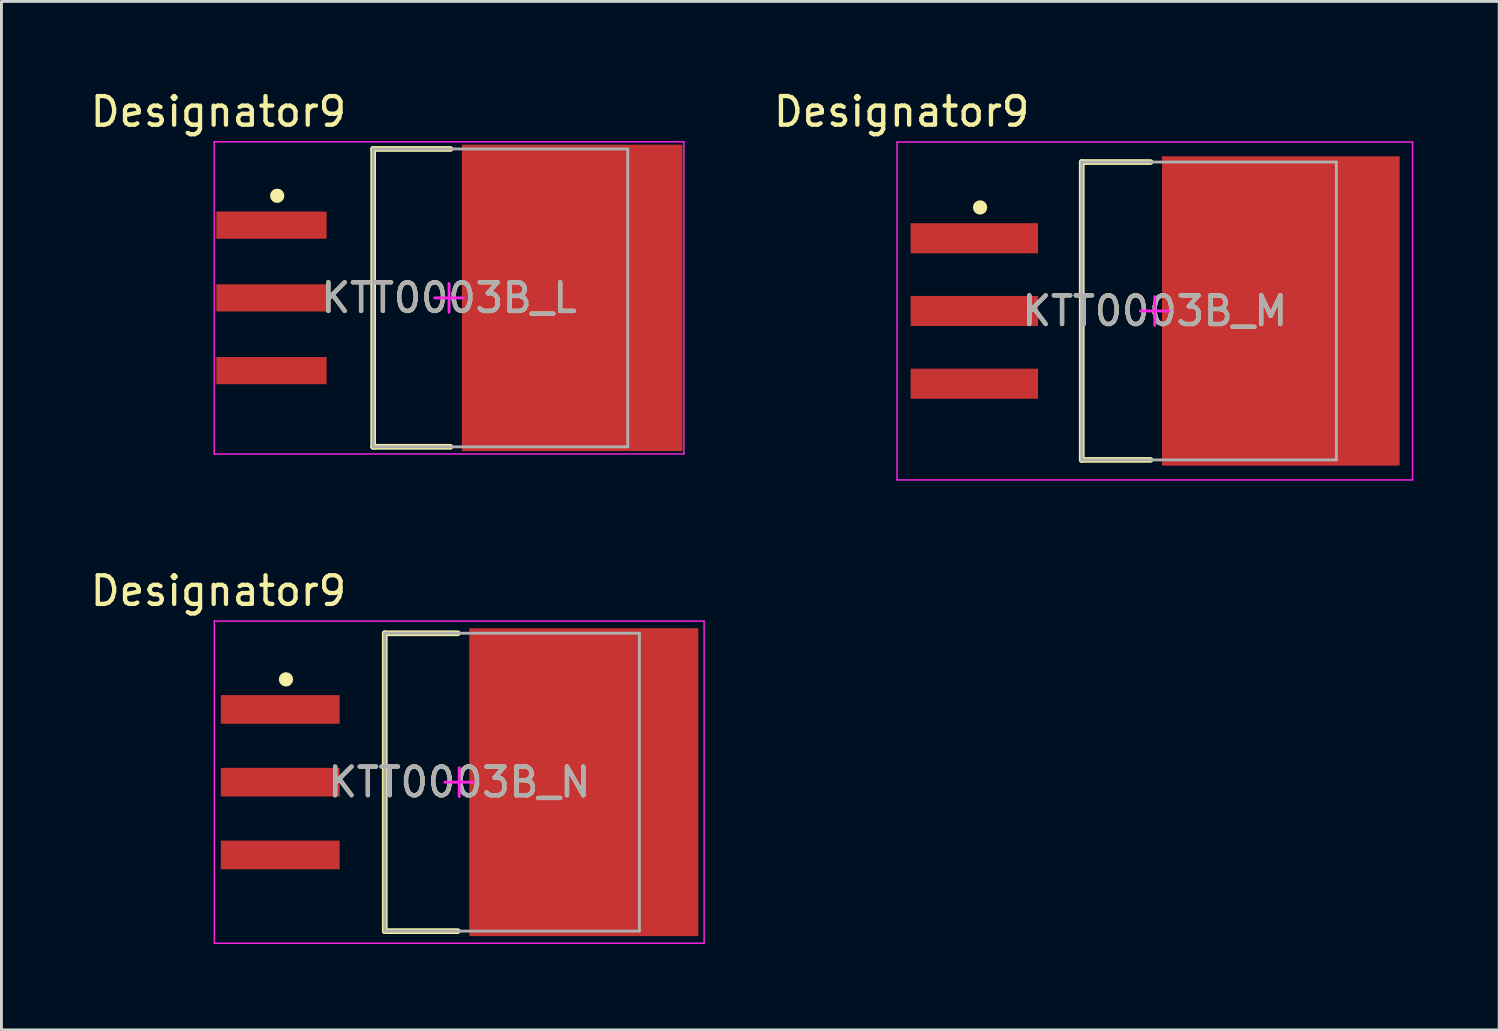
<source format=kicad_pcb>
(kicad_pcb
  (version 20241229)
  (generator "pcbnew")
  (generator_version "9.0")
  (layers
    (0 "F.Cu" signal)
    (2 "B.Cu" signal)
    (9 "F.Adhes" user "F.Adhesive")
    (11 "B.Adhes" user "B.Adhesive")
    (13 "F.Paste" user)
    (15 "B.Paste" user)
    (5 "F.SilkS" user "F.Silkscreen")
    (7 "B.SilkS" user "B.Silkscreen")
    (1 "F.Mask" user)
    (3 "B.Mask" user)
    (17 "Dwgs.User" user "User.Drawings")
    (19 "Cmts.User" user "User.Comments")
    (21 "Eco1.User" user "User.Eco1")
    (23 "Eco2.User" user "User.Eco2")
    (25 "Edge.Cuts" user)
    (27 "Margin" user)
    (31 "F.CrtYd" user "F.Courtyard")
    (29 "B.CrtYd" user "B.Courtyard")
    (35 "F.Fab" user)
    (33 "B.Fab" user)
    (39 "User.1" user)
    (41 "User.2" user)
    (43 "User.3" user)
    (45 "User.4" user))
  (footprint "KTT0003B_L"
    (layer "F.Cu")
    (at 12.629 7.351)
    (property "Reference" "KTT0003B_L" (at 0 0 0) (unlocked yes) (layer "F.SilkS") (effects (font (size 1 1) (thickness 0.15))))
    (attr smd)
    (fp_line (start -2.65 -5.2) (end 0.05 -5.2) (stroke (width 0.2) (type solid)) (layer "F.SilkS"))
    (fp_line (start -2.65 5.2) (end -2.65 -5.2) (stroke (width 0.2) (type solid)) (layer "F.SilkS"))
    (fp_line (start -2.65 5.2) (end 0.05 5.2) (stroke (width 0.2) (type solid)) (layer "F.SilkS"))
    (fp_circle (center -6 -3.565) (end -5.875 -3.565) (stroke (width 0.25) (type solid)) (fill no) (layer "F.SilkS"))
    (fp_line (start -8.2 -5.45) (end 8.2 -5.45) (stroke (width 0.05) (type solid)) (layer "F.CrtYd"))
    (fp_line (start -8.2 5.45) (end -8.2 -5.45) (stroke (width 0.05) (type solid)) (layer "F.CrtYd"))
    (fp_line (start -8.2 5.45) (end 8.2 5.45) (stroke (width 0.05) (type solid)) (layer "F.CrtYd"))
    (fp_line (start -0.5 0) (end 0.5 0) (stroke (width 0.1) (type solid)) (layer "F.CrtYd"))
    (fp_line (start 0 0.5) (end 0 -0.5) (stroke (width 0.1) (type solid)) (layer "F.CrtYd"))
    (fp_line (start 8.2 5.45) (end 8.2 -5.45) (stroke (width 0.05) (type solid)) (layer "F.CrtYd"))
    (fp_line (start -2.65 -5.2) (end 6.24 -5.2) (stroke (width 0.1) (type solid)) (layer "F.Fab"))
    (fp_line (start -2.65 5.2) (end -2.65 -5.2) (stroke (width 0.1) (type solid)) (layer "F.Fab"))
    (fp_line (start -2.65 5.2) (end 6.24 5.2) (stroke (width 0.1) (type solid)) (layer "F.Fab"))
    (fp_line (start 6.24 5.2) (end 6.24 -5.2) (stroke (width 0.1) (type solid)) (layer "F.Fab"))
    (fp_text user "Designator9" (at -8.052 -6.502 0) (unlocked yes) (layer "F.SilkS") (effects (font (size 1 1) (thickness 0.15))))
    (fp_text user "${REFERENCE}" (at 0 0 0) (unlocked yes) (layer "F.Fab") (effects (font (size 1 1) (thickness 0.15))))
    (pad "1" smd rect (at -6.2 -2.54 90) (size 0.95 3.85) (layers "F.Cu" "F.Mask" "F.Paste"))
    (pad "2" smd rect (at -6.2 0 90) (size 0.95 3.85) (layers "F.Cu" "F.Mask" "F.Paste"))
    (pad "3" smd rect (at -6.2 2.54 90) (size 0.95 3.85) (layers "F.Cu" "F.Mask" "F.Paste"))
    (pad "4" smd rect (at 4.3 0 90) (size 10.7 7.7) (layers "F.Cu" "F.Mask" "F.Paste")))
  (footprint "KTT0003B_N"
    (layer "F.Cu")
    (at 12.985 24.261)
    (property "Reference" "KTT0003B_N" (at 0 0 0) (unlocked yes) (layer "F.SilkS") (effects (font (size 1 1) (thickness 0.15))))
    (attr smd)
    (fp_line (start -2.6 -5.2) (end -0.05 -5.2) (stroke (width 0.2) (type solid)) (layer "F.SilkS"))
    (fp_line (start -2.6 5.2) (end -2.6 -5.2) (stroke (width 0.2) (type solid)) (layer "F.SilkS"))
    (fp_line (start -2.6 5.2) (end -0.05 5.2) (stroke (width 0.2) (type solid)) (layer "F.SilkS"))
    (fp_circle (center -6.05 -3.59) (end -5.925 -3.59) (stroke (width 0.25) (type solid)) (fill no) (layer "F.SilkS"))
    (fp_line (start -8.55 -5.625) (end 8.55 -5.625) (stroke (width 0.05) (type solid)) (layer "F.CrtYd"))
    (fp_line (start -8.55 5.625) (end -8.55 -5.625) (stroke (width 0.05) (type solid)) (layer "F.CrtYd"))
    (fp_line (start -8.55 5.625) (end 8.55 5.625) (stroke (width 0.05) (type solid)) (layer "F.CrtYd"))
    (fp_line (start -0.5 0) (end 0.5 0) (stroke (width 0.1) (type solid)) (layer "F.CrtYd"))
    (fp_line (start 0 0.5) (end 0 -0.5) (stroke (width 0.1) (type solid)) (layer "F.CrtYd"))
    (fp_line (start 8.55 5.625) (end 8.55 -5.625) (stroke (width 0.05) (type solid)) (layer "F.CrtYd"))
    (fp_line (start -2.6 -5.2) (end 6.29 -5.2) (stroke (width 0.1) (type solid)) (layer "F.Fab"))
    (fp_line (start -2.6 5.2) (end -2.6 -5.2) (stroke (width 0.1) (type solid)) (layer "F.Fab"))
    (fp_line (start -2.6 5.2) (end 6.29 5.2) (stroke (width 0.1) (type solid)) (layer "F.Fab"))
    (fp_line (start 6.29 5.2) (end 6.29 -5.2) (stroke (width 0.1) (type solid)) (layer "F.Fab"))
    (fp_text user "Designator9" (at -8.407 -6.68 0) (unlocked yes) (layer "F.SilkS") (effects (font (size 1 1) (thickness 0.15))))
    (fp_text user "${REFERENCE}" (at 0 0 0) (unlocked yes) (layer "F.Fab") (effects (font (size 1 1) (thickness 0.15))))
    (pad "1" smd rect (at -6.25 -2.54 90) (size 1 4.15) (layers "F.Cu" "F.Mask" "F.Paste"))
    (pad "2" smd rect (at -6.25 0 90) (size 1 4.15) (layers "F.Cu" "F.Mask" "F.Paste"))
    (pad "3" smd rect (at -6.25 2.54 90) (size 1 4.15) (layers "F.Cu" "F.Mask" "F.Paste"))
    (pad "4" smd rect (at 4.35 0 90) (size 10.75 8) (layers "F.Cu" "F.Mask" "F.Paste")))
  (footprint "KTT0003B_M"
    (layer "F.Cu")
    (at 37.271 7.808)
    (property "Reference" "KTT0003B_M" (at 0 0 0) (unlocked yes) (layer "F.SilkS") (effects (font (size 1 1) (thickness 0.15))))
    (attr smd)
    (fp_line (start -2.55 -5.2) (end -0.15 -5.2) (stroke (width 0.2) (type solid)) (layer "F.SilkS"))
    (fp_line (start -2.55 5.2) (end -2.55 -5.2) (stroke (width 0.2) (type solid)) (layer "F.SilkS"))
    (fp_line (start -2.55 5.2) (end -0.15 5.2) (stroke (width 0.2) (type solid)) (layer "F.SilkS"))
    (fp_circle (center -6.1 -3.615) (end -5.975 -3.615) (stroke (width 0.25) (type solid)) (fill no) (layer "F.SilkS"))
    (fp_line (start -9 -5.9) (end 9 -5.9) (stroke (width 0.05) (type solid)) (layer "F.CrtYd"))
    (fp_line (start -9 5.9) (end -9 -5.9) (stroke (width 0.05) (type solid)) (layer "F.CrtYd"))
    (fp_line (start -9 5.9) (end 9 5.9) (stroke (width 0.05) (type solid)) (layer "F.CrtYd"))
    (fp_line (start -0.5 0) (end 0.5 0) (stroke (width 0.1) (type solid)) (layer "F.CrtYd"))
    (fp_line (start 0 0.5) (end 0 -0.5) (stroke (width 0.1) (type solid)) (layer "F.CrtYd"))
    (fp_line (start 9 5.9) (end 9 -5.9) (stroke (width 0.05) (type solid)) (layer "F.CrtYd"))
    (fp_line (start -2.55 -5.2) (end 6.34 -5.2) (stroke (width 0.1) (type solid)) (layer "F.Fab"))
    (fp_line (start -2.55 5.2) (end -2.55 -5.2) (stroke (width 0.1) (type solid)) (layer "F.Fab"))
    (fp_line (start -2.55 5.2) (end 6.34 5.2) (stroke (width 0.1) (type solid)) (layer "F.Fab"))
    (fp_line (start 6.34 5.2) (end 6.34 -5.2) (stroke (width 0.1) (type solid)) (layer "F.Fab"))
    (fp_text user "Designator9" (at -8.839 -6.96 0) (unlocked yes) (layer "F.SilkS") (effects (font (size 1 1) (thickness 0.15))))
    (fp_text user "${REFERENCE}" (at 0 0 0) (unlocked yes) (layer "F.Fab") (effects (font (size 1 1) (thickness 0.15))))
    (pad "1" smd rect (at -6.3 -2.54 90) (size 1.05 4.45) (layers "F.Cu" "F.Mask" "F.Paste"))
    (pad "2" smd rect (at -6.3 0 90) (size 1.05 4.45) (layers "F.Cu" "F.Mask" "F.Paste"))
    (pad "3" smd rect (at -6.3 2.54 90) (size 1.05 4.45) (layers "F.Cu" "F.Mask" "F.Paste"))
    (pad "4" smd rect (at 4.4 0 90) (size 10.8 8.3) (layers "F.Cu" "F.Mask" "F.Paste")))
  (gr_rect
    (start -3 -3)
    (end 49.296 32.911)
    (stroke (width 0.1) (type default))
    (fill no)
    (layer "Edge.Cuts")))
</source>
